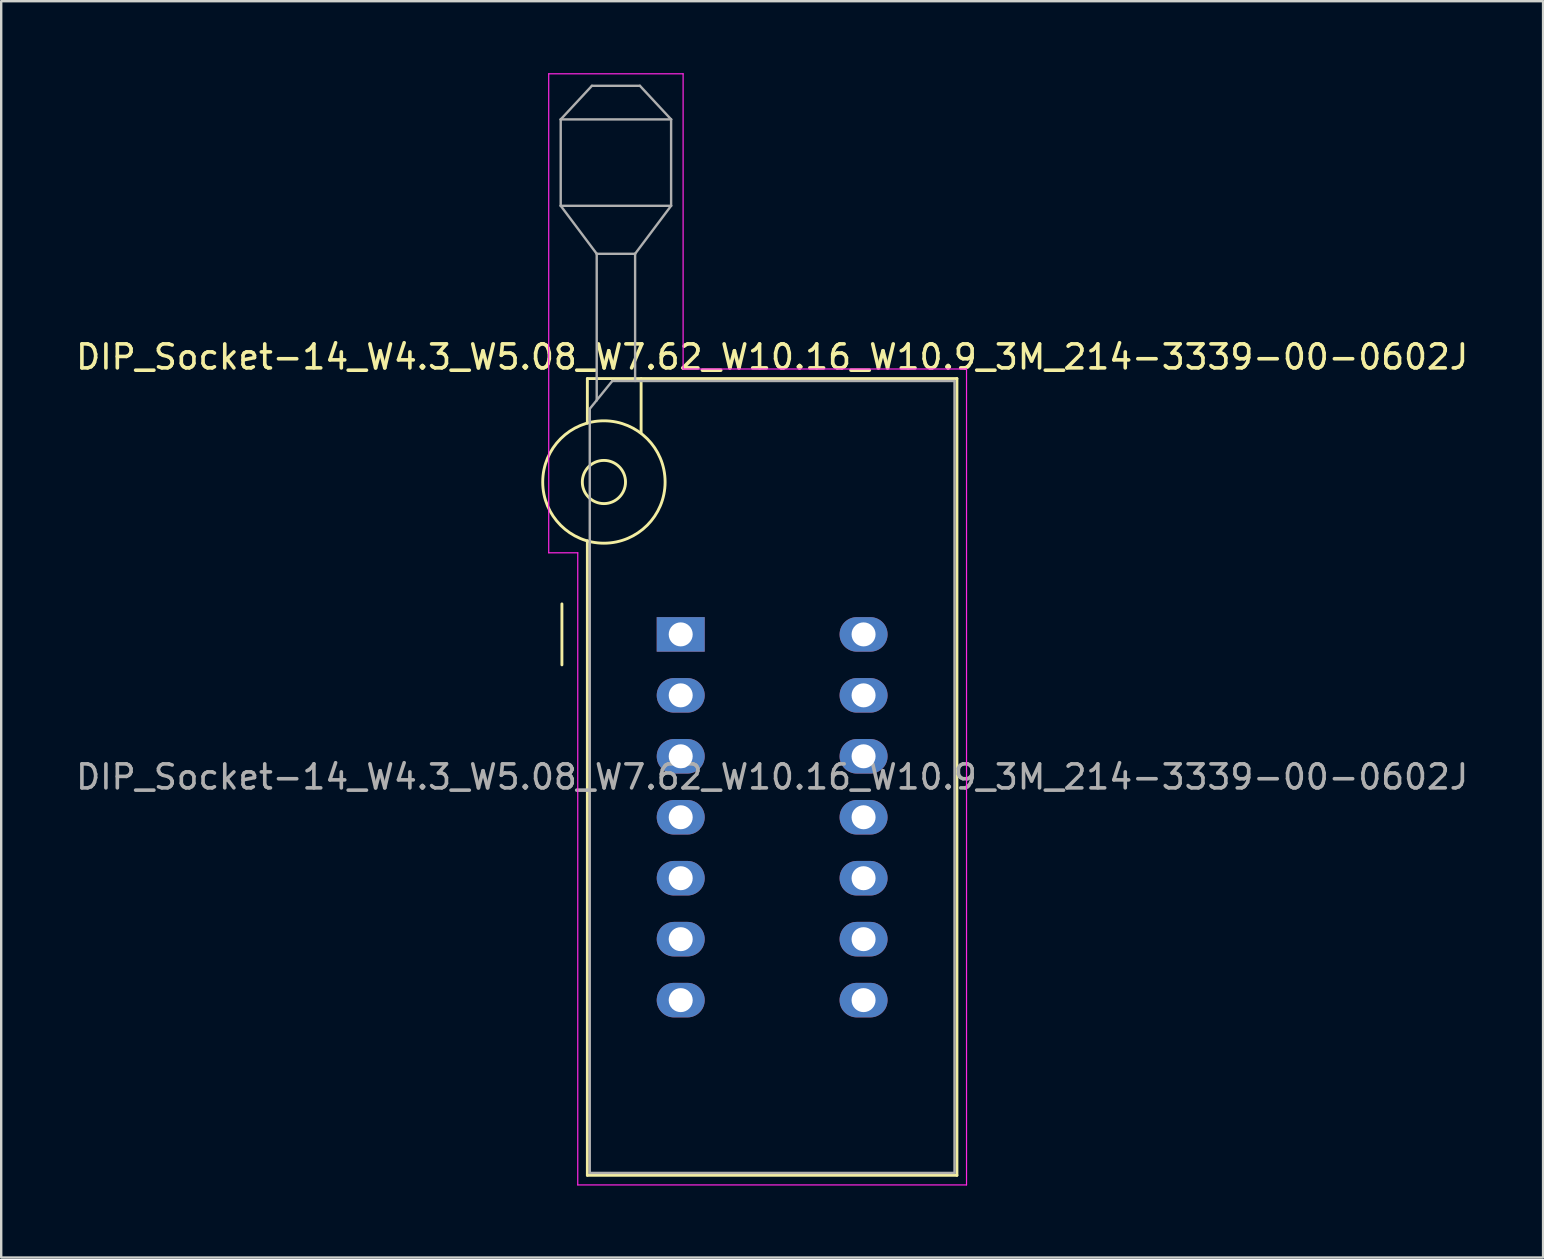
<source format=kicad_pcb>
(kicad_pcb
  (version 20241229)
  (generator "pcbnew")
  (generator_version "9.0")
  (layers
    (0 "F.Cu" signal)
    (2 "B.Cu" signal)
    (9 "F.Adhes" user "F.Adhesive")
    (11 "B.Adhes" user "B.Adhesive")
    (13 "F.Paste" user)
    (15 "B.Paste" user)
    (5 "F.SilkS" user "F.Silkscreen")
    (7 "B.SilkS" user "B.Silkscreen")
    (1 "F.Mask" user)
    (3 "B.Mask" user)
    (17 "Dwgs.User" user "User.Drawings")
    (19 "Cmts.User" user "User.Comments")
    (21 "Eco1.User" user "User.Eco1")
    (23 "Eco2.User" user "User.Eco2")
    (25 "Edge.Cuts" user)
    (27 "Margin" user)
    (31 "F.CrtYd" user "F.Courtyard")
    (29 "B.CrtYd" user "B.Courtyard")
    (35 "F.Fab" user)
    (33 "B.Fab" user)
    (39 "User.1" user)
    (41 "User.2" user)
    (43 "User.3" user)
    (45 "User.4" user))
  (footprint "DIP_Socket-14_W4.3_W5.08_W7.62_W10.16_W10.9_3M_214-3339-00-0602J"
    (layer "F.Cu")
    (at 25.315 23.385)
    (property "Reference" "DIP_Socket-14_W4.3_W5.08_W7.62_W10.16_W10.9_3M_214-3339-00-0602J" (at 3.81 -11.56 0) (layer "F.SilkS") (effects (font (size 1 1) (thickness 0.15))))
    (attr through_hole)
    (fp_line (start -4.95 1.27) (end -4.95 -1.27) (stroke (width 0.12) (type solid)) (layer "F.SilkS"))
    (fp_line (start -3.89 -10.66) (end -3.89 -8.8) (stroke (width 0.12) (type solid)) (layer "F.SilkS"))
    (fp_line (start -3.89 -3.9) (end -3.89 22.54) (stroke (width 0.12) (type solid)) (layer "F.SilkS"))
    (fp_line (start -3.89 22.54) (end 11.51 22.54) (stroke (width 0.12) (type solid)) (layer "F.SilkS"))
    (fp_line (start -1.65 -10.66) (end -1.65 -8.4) (stroke (width 0.12) (type solid)) (layer "F.SilkS"))
    (fp_line (start 11.51 -10.66) (end -3.89 -10.66) (stroke (width 0.12) (type solid)) (layer "F.SilkS"))
    (fp_line (start 11.51 22.54) (end 11.51 -10.66) (stroke (width 0.12) (type solid)) (layer "F.SilkS"))
    (fp_circle (center -3.2 -6.35) (end -2.3 -6.35) (stroke (width 0.12) (type solid)) (fill no) (layer "F.SilkS"))
    (fp_circle (center -3.2 -6.35) (end -0.65 -6.35) (stroke (width 0.12) (type solid)) (fill no) (layer "F.SilkS"))
    (fp_line (start -5.5 -23.36) (end 0.1 -23.36) (stroke (width 0.05) (type solid)) (layer "F.CrtYd"))
    (fp_line (start -5.5 -3.4) (end -5.5 -23.36) (stroke (width 0.05) (type solid)) (layer "F.CrtYd"))
    (fp_line (start -4.29 -3.4) (end -5.5 -3.4) (stroke (width 0.05) (type solid)) (layer "F.CrtYd"))
    (fp_line (start -4.29 22.94) (end -4.29 -3.4) (stroke (width 0.05) (type solid)) (layer "F.CrtYd"))
    (fp_line (start 0.1 -23.36) (end 0.1 -11.06) (stroke (width 0.05) (type solid)) (layer "F.CrtYd"))
    (fp_line (start 0.1 -11.06) (end 11.91 -11.06) (stroke (width 0.05) (type solid)) (layer "F.CrtYd"))
    (fp_line (start 11.91 -11.06) (end 11.91 22.94) (stroke (width 0.05) (type solid)) (layer "F.CrtYd"))
    (fp_line (start 11.91 22.94) (end -4.29 22.94) (stroke (width 0.05) (type solid)) (layer "F.CrtYd"))
    (fp_line (start -5 -21.46) (end -5 -17.86) (stroke (width 0.1) (type solid)) (layer "F.Fab"))
    (fp_line (start -5 -21.46) (end -3.7 -22.86) (stroke (width 0.1) (type solid)) (layer "F.Fab"))
    (fp_line (start -5 -17.86) (end -3.5 -15.86) (stroke (width 0.1) (type solid)) (layer "F.Fab"))
    (fp_line (start -5 -17.86) (end -0.4 -17.86) (stroke (width 0.1) (type solid)) (layer "F.Fab"))
    (fp_line (start -3.79 -9.4) (end -2.85 -10.56) (stroke (width 0.1) (type solid)) (layer "F.Fab"))
    (fp_line (start -3.79 22.44) (end -3.79 -9.4) (stroke (width 0.1) (type solid)) (layer "F.Fab"))
    (fp_line (start -3.7 -22.86) (end -1.7 -22.86) (stroke (width 0.1) (type solid)) (layer "F.Fab"))
    (fp_line (start -3.5 -15.86) (end -1.9 -15.86) (stroke (width 0.1) (type solid)) (layer "F.Fab"))
    (fp_line (start -3.5 -9.75) (end -3.5 -15.86) (stroke (width 0.1) (type solid)) (layer "F.Fab"))
    (fp_line (start -2.85 -10.56) (end 11.41 -10.56) (stroke (width 0.1) (type solid)) (layer "F.Fab"))
    (fp_line (start -1.9 -15.86) (end -1.9 -10.56) (stroke (width 0.1) (type solid)) (layer "F.Fab"))
    (fp_line (start -1.7 -22.86) (end -0.4 -21.46) (stroke (width 0.1) (type solid)) (layer "F.Fab"))
    (fp_line (start -0.4 -21.46) (end -5 -21.46) (stroke (width 0.1) (type solid)) (layer "F.Fab"))
    (fp_line (start -0.4 -17.86) (end -1.9 -15.86) (stroke (width 0.1) (type solid)) (layer "F.Fab"))
    (fp_line (start -0.4 -17.86) (end -0.4 -21.46) (stroke (width 0.1) (type solid)) (layer "F.Fab"))
    (fp_line (start 11.41 -10.56) (end 11.41 22.44) (stroke (width 0.1) (type solid)) (layer "F.Fab"))
    (fp_line (start 11.41 22.44) (end -3.79 22.44) (stroke (width 0.1) (type solid)) (layer "F.Fab"))
    (fp_text user "${REFERENCE}" (at 3.81 5.94 0) (layer "F.Fab") (effects (font (size 1 1) (thickness 0.15))))
    (pad "1" thru_hole rect (at 0 0) (size 2 1.44) (drill 1) (layers "*.Cu" "*.Mask"))
    (pad "2" thru_hole oval (at 0 2.54) (size 2 1.44) (drill 1) (layers "*.Cu" "*.Mask"))
    (pad "3" thru_hole oval (at 0 5.08) (size 2 1.44) (drill 1) (layers "*.Cu" "*.Mask"))
    (pad "4" thru_hole oval (at 0 7.62) (size 2 1.44) (drill 1) (layers "*.Cu" "*.Mask"))
    (pad "5" thru_hole oval (at 0 10.16) (size 2 1.44) (drill 1) (layers "*.Cu" "*.Mask"))
    (pad "6" thru_hole oval (at 0 12.7) (size 2 1.44) (drill 1) (layers "*.Cu" "*.Mask"))
    (pad "7" thru_hole oval (at 0 15.24) (size 2 1.44) (drill 1) (layers "*.Cu" "*.Mask"))
    (pad "8" thru_hole oval (at 7.62 15.24) (size 2 1.44) (drill 1) (layers "*.Cu" "*.Mask"))
    (pad "9" thru_hole oval (at 7.62 12.7) (size 2 1.44) (drill 1) (layers "*.Cu" "*.Mask"))
    (pad "10" thru_hole oval (at 7.62 10.16) (size 2 1.44) (drill 1) (layers "*.Cu" "*.Mask"))
    (pad "11" thru_hole oval (at 7.62 7.62) (size 2 1.44) (drill 1) (layers "*.Cu" "*.Mask"))
    (pad "12" thru_hole oval (at 7.62 5.08) (size 2 1.44) (drill 1) (layers "*.Cu" "*.Mask"))
    (pad "13" thru_hole oval (at 7.62 2.54) (size 2 1.44) (drill 1) (layers "*.Cu" "*.Mask"))
    (pad "14" thru_hole oval (at 7.62 0) (size 2 1.44) (drill 1) (layers "*.Cu" "*.Mask")))
  (gr_rect
    (start -3 -3)
    (end 61.25 49.35)
    (stroke (width 0.1) (type default))
    (fill no)
    (layer "Edge.Cuts")))
</source>
